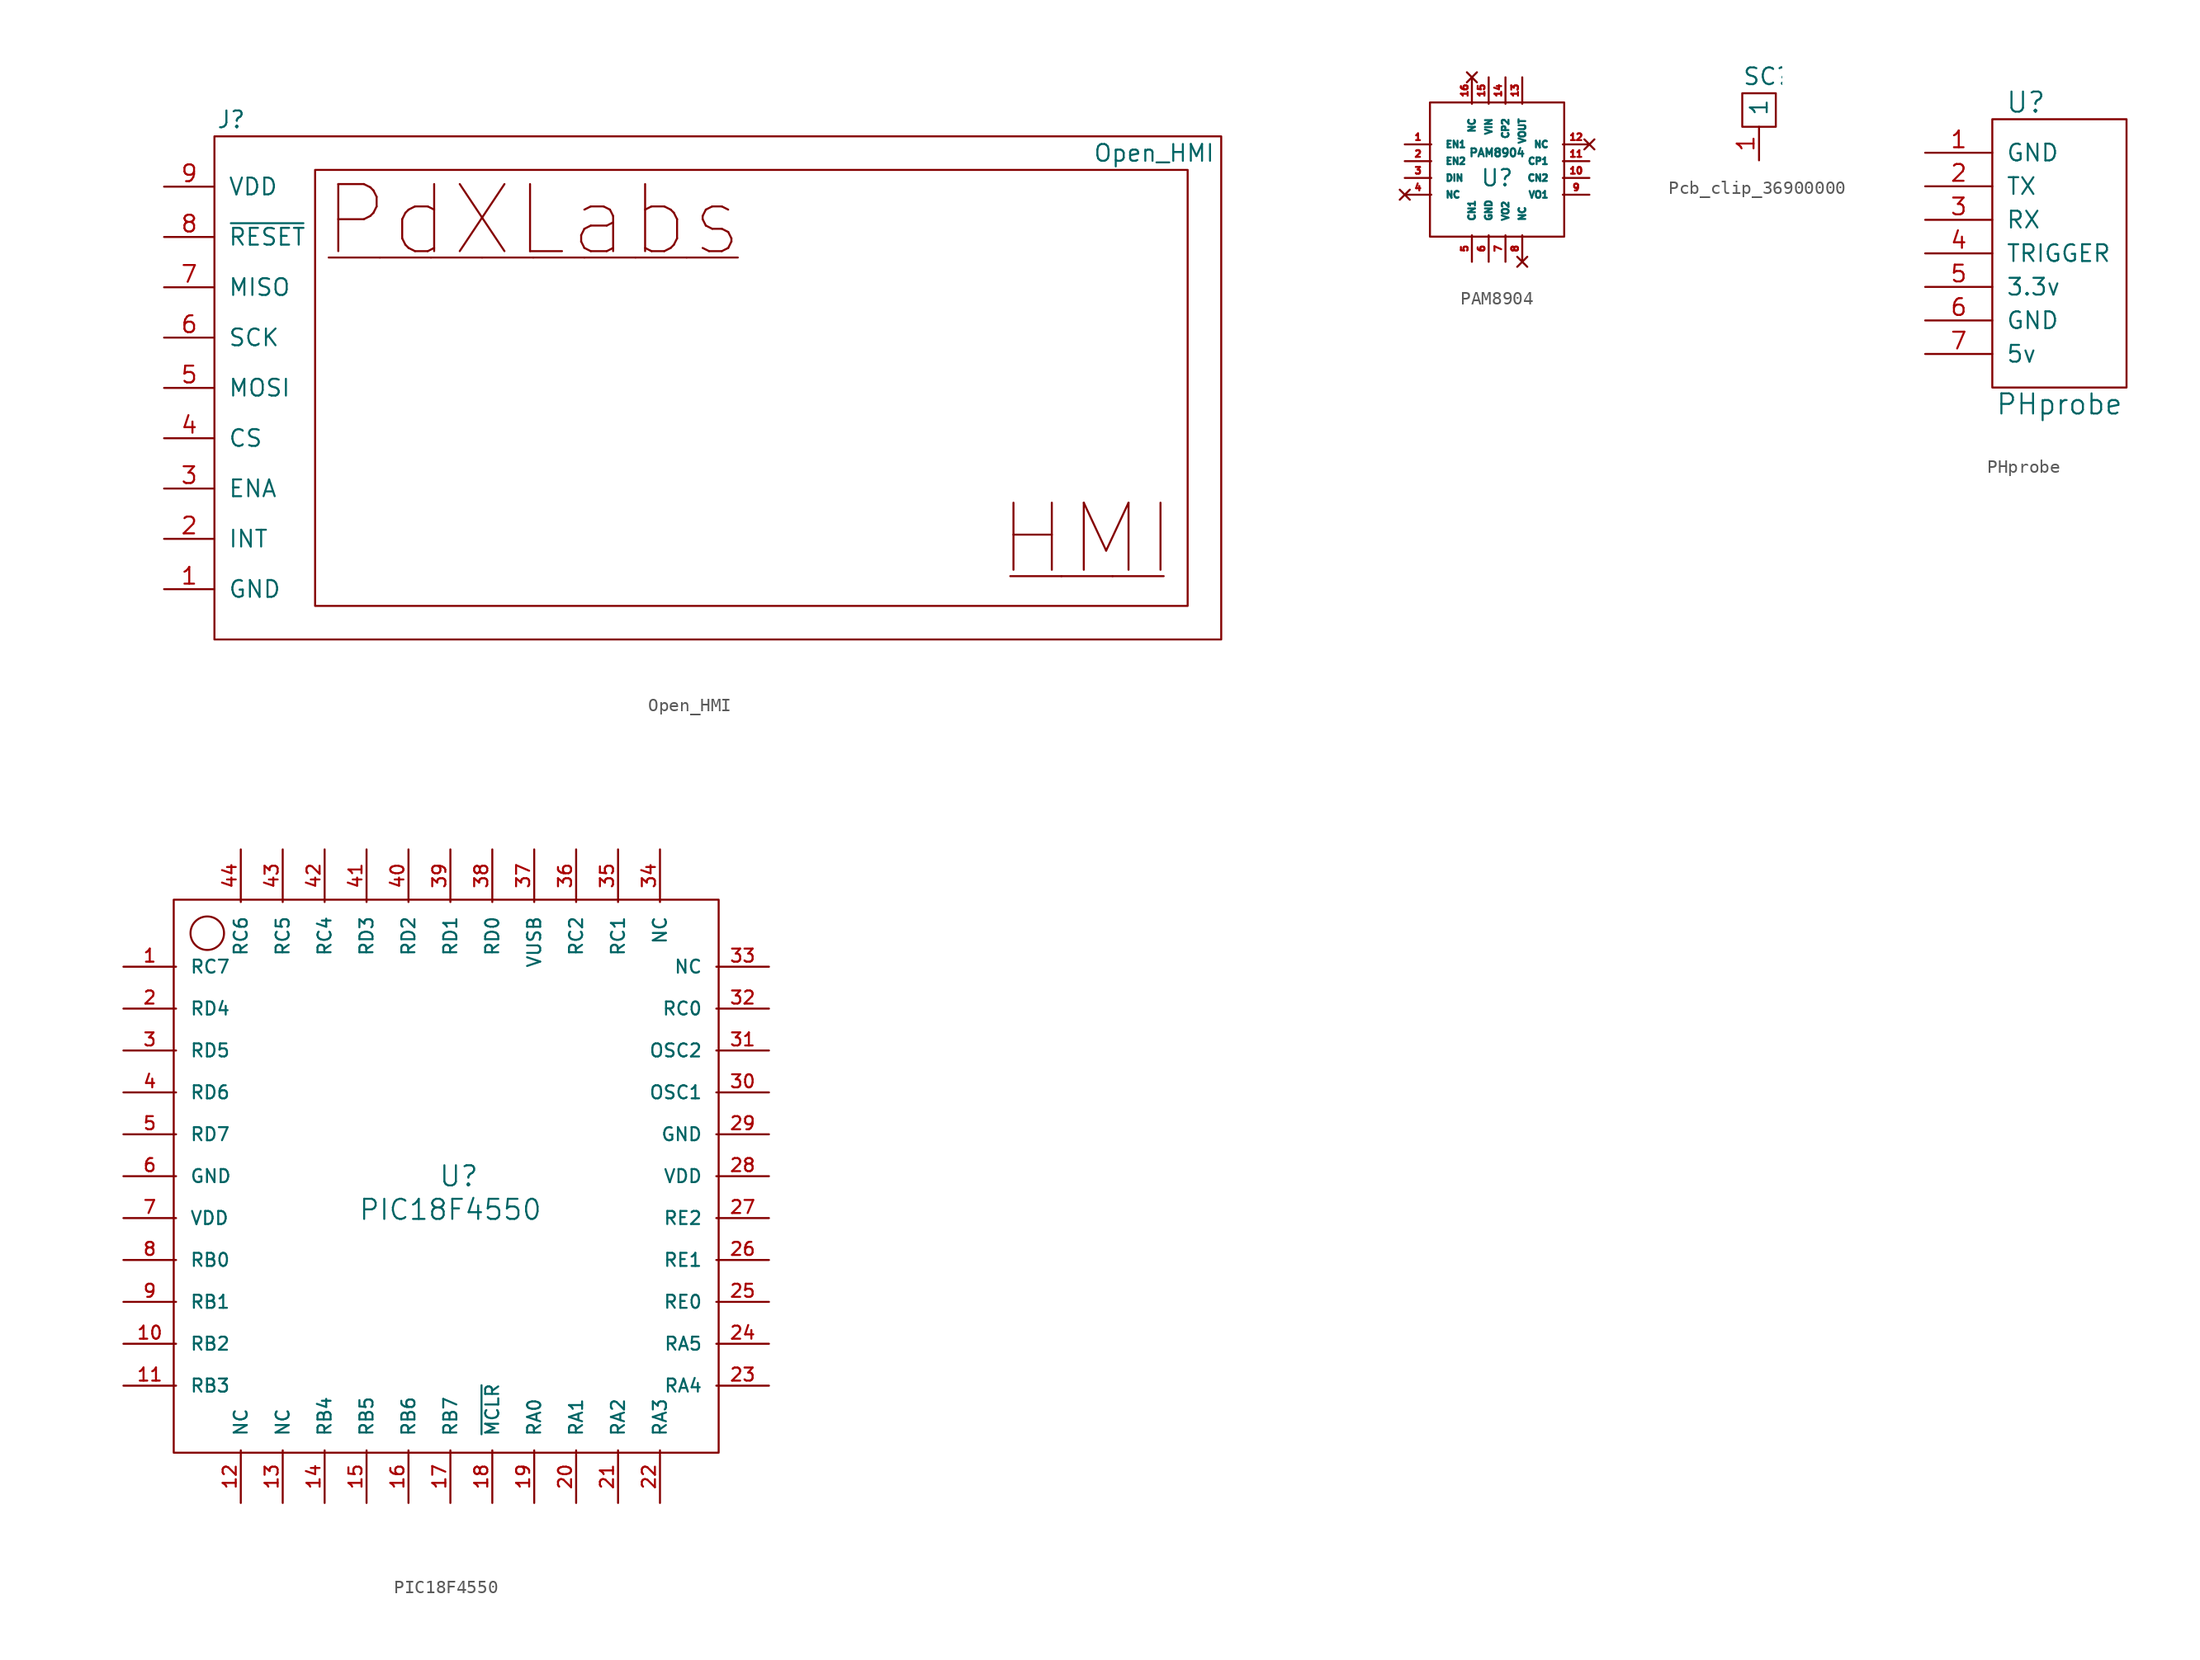
<source format=kicad_sym>
(kicad_symbol_lib
  (version 20211014)
  (generator kicad_symbol_editor)
  (symbol "Open_HMI"
    (pin_names
      (offset 1.016))
    (property "Reference" "J"
      (at 1.27 39.37 0)
      (effects (font (size 1.27 1.27))))
    (property "Value" "Open_HMI"
      (at 71.12 36.83 0)
      (effects (font (size 1.27 1.27))))
    (symbol "Open_HMI_0_0"
      (text "___" (at 66.04 7.62 0) (effects (font (size 5.08 5.08))))
      (text "________" (at 24.13 31.75 0) (effects (font (size 5.08 5.08))))
      (text "HMI" (at 66.04 7.62 0) (effects (font (size 5.08 5.08))))
      (text "PdXLabs" (at 24.13 31.75 0) (effects (font (size 5.08 5.08)))))
    (symbol "Open_HMI_0_1"
      (rectangle (start 0 38.1) (end 76.2 0) (stroke (width 0) (type default) (color 0 0 0 0)) (fill (type none)))
      (rectangle (start 7.62 35.56) (end 73.66 2.54) (stroke (width 0) (type default) (color 0 0 0 0)) (fill (type none))))
    (symbol "Open_HMI_1_1"
      (pin passive line (at -3.81 3.81 0) (length 3.81) (name "GND" (effects (font (size 1.27 1.27)))) (number "1" (effects (font (size 1.27 1.27)))))
      (pin passive line (at -3.81 7.62 0) (length 3.81) (name "INT" (effects (font (size 1.27 1.27)))) (number "2" (effects (font (size 1.27 1.27)))))
      (pin passive line (at -3.81 11.43 0) (length 3.81) (name "ENA" (effects (font (size 1.27 1.27)))) (number "3" (effects (font (size 1.27 1.27)))))
      (pin passive line (at -3.81 15.24 0) (length 3.81) (name "CS" (effects (font (size 1.27 1.27)))) (number "4" (effects (font (size 1.27 1.27)))))
      (pin passive line (at -3.81 19.05 0) (length 3.81) (name "MOSI" (effects (font (size 1.27 1.27)))) (number "5" (effects (font (size 1.27 1.27)))))
      (pin passive line (at -3.81 22.86 0) (length 3.81) (name "SCK" (effects (font (size 1.27 1.27)))) (number "6" (effects (font (size 1.27 1.27)))))
      (pin passive line (at -3.81 26.67 0) (length 3.81) (name "MISO" (effects (font (size 1.27 1.27)))) (number "7" (effects (font (size 1.27 1.27)))))
      (pin passive line (at -3.81 30.48 0) (length 3.81) (name "~{RESET}" (effects (font (size 1.27 1.27)))) (number "8" (effects (font (size 1.27 1.27)))))
      (pin passive line (at -3.81 34.29 0) (length 3.81) (name "VDD" (effects (font (size 1.27 1.27)))) (number "9" (effects (font (size 1.27 1.27)))))))
  (symbol "PAM8904"
    (pin_names
      (offset 1.016))
    (property "Reference" "U"
      (at 0 -0.635 0)
      (effects (font (size 1.245 1.245))))
    (property "Value" "PAM8904"
      (at 0 1.27 0)
      (effects (font (size 0.61 0.61))))
    (symbol "PAM8904_0_1"
      (rectangle (start 5.08 5.08) (end -5.08 -5.08) (stroke (width 0) (type default) (color 0 0 0 0)) (fill (type none))))
    (symbol "PAM8904_1_1"
      (pin input line (at -6.985 1.905 0) (length 2.007) (name "EN1" (effects (font (size 0.508 0.508)))) (number "1" (effects (font (size 0.508 0.508)))))
      (pin input line (at 6.985 -0.635 180) (length 2.007) (name "CN2" (effects (font (size 0.508 0.508)))) (number "10" (effects (font (size 0.508 0.508)))))
      (pin input line (at 6.985 0.635 180) (length 2.007) (name "CP1" (effects (font (size 0.508 0.508)))) (number "11" (effects (font (size 0.508 0.508)))))
      (pin no_connect line (at 6.985 1.905 180) (length 2.007) (name "NC" (effects (font (size 0.508 0.508)))) (number "12" (effects (font (size 0.508 0.508)))))
      (pin output line (at 1.905 6.985 270) (length 2.007) (name "VOUT" (effects (font (size 0.508 0.508)))) (number "13" (effects (font (size 0.508 0.508)))))
      (pin input line (at 0.635 6.985 270) (length 2.007) (name "CP2" (effects (font (size 0.508 0.508)))) (number "14" (effects (font (size 0.508 0.508)))))
      (pin power_in line (at -0.635 6.985 270) (length 2.007) (name "VIN" (effects (font (size 0.508 0.508)))) (number "15" (effects (font (size 0.508 0.508)))))
      (pin no_connect line (at -1.905 6.985 270) (length 2.007) (name "NC" (effects (font (size 0.508 0.508)))) (number "16" (effects (font (size 0.508 0.508)))))
      (pin input line (at -6.985 0.635 0) (length 2.007) (name "EN2" (effects (font (size 0.508 0.508)))) (number "2" (effects (font (size 0.508 0.508)))))
      (pin input line (at -6.985 -0.635 0) (length 2.007) (name "DIN" (effects (font (size 0.508 0.508)))) (number "3" (effects (font (size 0.508 0.508)))))
      (pin no_connect line (at -6.985 -1.905 0) (length 2.007) (name "NC" (effects (font (size 0.508 0.508)))) (number "4" (effects (font (size 0.508 0.508)))))
      (pin input line (at -1.905 -6.985 90) (length 2.007) (name "CN1" (effects (font (size 0.508 0.508)))) (number "5" (effects (font (size 0.508 0.508)))))
      (pin power_in line (at -0.635 -6.985 90) (length 2.007) (name "GND" (effects (font (size 0.508 0.508)))) (number "6" (effects (font (size 0.508 0.508)))))
      (pin output line (at 0.635 -6.985 90) (length 2.007) (name "VO2" (effects (font (size 0.508 0.508)))) (number "7" (effects (font (size 0.508 0.508)))))
      (pin no_connect line (at 1.905 -6.985 90) (length 2.007) (name "NC" (effects (font (size 0.508 0.508)))) (number "8" (effects (font (size 0.508 0.508)))))
      (pin output line (at 6.985 -1.905 180) (length 2.007) (name "VO1" (effects (font (size 0.508 0.508)))) (number "9" (effects (font (size 0.508 0.508)))))))
  (symbol "Pcb_clip_36900000"
    (pin_names
      (offset 0.762))
    (property "Reference" "SC"
      (at -1.27 6.35 0)
      (effects (font (size 1.27 1.27)) (justify left)))
    (symbol "Pcb_clip_36900000_0_0"
      (pin unspecified line (at 0 0 90) (length 2.54) (name "1" (effects (font (size 1.27 1.27)))) (number "1" (effects (font (size 1.27 1.27))))))
    (symbol "Pcb_clip_36900000_0_1"
      (polyline (pts (xy -1.27 5.08) (xy 1.27 5.08) (xy 1.27 2.54) (xy -1.27 2.54) (xy -1.27 5.08)) (stroke (width 0.152) (type default) (color 0 0 0 0)) (fill (type none)))))
  (symbol "PHprobe"
    (pin_names
      (offset 1.016))
    (property "Reference" "U"
      (at -2.54 21.59 0)
      (effects (font (size 1.524 1.524))))
    (property "Value" "PHprobe"
      (at 0 -1.27 0)
      (effects (font (size 1.524 1.524))))
    (property "Footprint" ""
      (at -6.35 5.08 0)
      (effects (font (size 1.524 1.524))))
    (property "Datasheet" ""
      (at -6.35 5.08 0)
      (effects (font (size 1.524 1.524))))
    (symbol "PHprobe_0_1"
      (rectangle (start -5.08 0) (end 5.08 20.32) (stroke (width 0) (type default) (color 0 0 0 0)) (fill (type none))))
    (symbol "PHprobe_1_1"
      (pin input line (at -10.16 17.78 0) (length 5.08) (name "GND" (effects (font (size 1.27 1.27)))) (number "1" (effects (font (size 1.27 1.27)))))
      (pin input line (at -10.16 15.24 0) (length 5.08) (name "TX" (effects (font (size 1.27 1.27)))) (number "2" (effects (font (size 1.27 1.27)))))
      (pin input line (at -10.16 12.7 0) (length 5.08) (name "RX" (effects (font (size 1.27 1.27)))) (number "3" (effects (font (size 1.27 1.27)))))
      (pin input line (at -10.16 10.16 0) (length 5.08) (name "TRIGGER" (effects (font (size 1.27 1.27)))) (number "4" (effects (font (size 1.27 1.27)))))
      (pin input line (at -10.16 7.62 0) (length 5.08) (name "3.3v" (effects (font (size 1.27 1.27)))) (number "5" (effects (font (size 1.27 1.27)))))
      (pin input line (at -10.16 5.08 0) (length 5.08) (name "GND" (effects (font (size 1.27 1.27)))) (number "6" (effects (font (size 1.27 1.27)))))
      (pin input line (at -10.16 2.54 0) (length 5.08) (name "5v" (effects (font (size 1.27 1.27)))) (number "7" (effects (font (size 1.27 1.27)))))))
  (symbol "PIC18F4550"
    (pin_names
      (offset 1.016))
    (property "Reference" "U"
      (at 0.635 0 0)
      (effects (font (size 1.524 1.524))))
    (property "Value" "PIC18F4550"
      (at 0 -2.54 0)
      (effects (font (size 1.524 1.524))))
    (symbol "PIC18F4550_0_1"
      (rectangle (start -20.955 -20.955) (end 20.32 20.955) (stroke (width 0) (type default) (color 0 0 0 0)) (fill (type none)))
      (circle (center -18.415 18.415) (radius 1.27) (stroke (width 0) (type default) (color 0 0 0 0)) (fill (type none))))
    (symbol "PIC18F4550_1_1"
      (pin input line (at -24.765 15.875 0) (length 3.988) (name "RC7" (effects (font (size 0.991 0.991)))) (number "1" (effects (font (size 0.991 0.991)))))
      (pin input line (at -24.765 -12.7 0) (length 3.988) (name "RB2" (effects (font (size 0.991 0.991)))) (number "10" (effects (font (size 0.991 0.991)))))
      (pin input line (at -24.765 -15.875 0) (length 3.988) (name "RB3" (effects (font (size 0.991 0.991)))) (number "11" (effects (font (size 0.991 0.991)))))
      (pin input line (at -15.875 -24.765 90) (length 3.988) (name "NC" (effects (font (size 0.991 0.991)))) (number "12" (effects (font (size 0.991 0.991)))))
      (pin input line (at -12.7 -24.765 90) (length 3.988) (name "NC" (effects (font (size 0.991 0.991)))) (number "13" (effects (font (size 0.991 0.991)))))
      (pin input line (at -9.525 -24.765 90) (length 3.988) (name "RB4" (effects (font (size 0.991 0.991)))) (number "14" (effects (font (size 0.991 0.991)))))
      (pin input line (at -6.35 -24.765 90) (length 3.988) (name "RB5" (effects (font (size 0.991 0.991)))) (number "15" (effects (font (size 0.991 0.991)))))
      (pin input line (at -3.175 -24.765 90) (length 3.988) (name "RB6" (effects (font (size 0.991 0.991)))) (number "16" (effects (font (size 0.991 0.991)))))
      (pin input line (at 0 -24.765 90) (length 3.988) (name "RB7" (effects (font (size 0.991 0.991)))) (number "17" (effects (font (size 0.991 0.991)))))
      (pin input line (at 3.175 -24.765 90) (length 3.988) (name "~{MCLR}" (effects (font (size 0.991 0.991)))) (number "18" (effects (font (size 0.991 0.991)))))
      (pin input line (at 6.35 -24.765 90) (length 3.988) (name "RA0" (effects (font (size 0.991 0.991)))) (number "19" (effects (font (size 0.991 0.991)))))
      (pin input line (at -24.765 12.7 0) (length 3.988) (name "RD4" (effects (font (size 0.991 0.991)))) (number "2" (effects (font (size 0.991 0.991)))))
      (pin input line (at 9.525 -24.765 90) (length 3.988) (name "RA1" (effects (font (size 0.991 0.991)))) (number "20" (effects (font (size 0.991 0.991)))))
      (pin input line (at 12.7 -24.765 90) (length 3.988) (name "RA2" (effects (font (size 0.991 0.991)))) (number "21" (effects (font (size 0.991 0.991)))))
      (pin input line (at 15.875 -24.765 90) (length 3.988) (name "RA3" (effects (font (size 0.991 0.991)))) (number "22" (effects (font (size 0.991 0.991)))))
      (pin input line (at 24.13 -15.875 180) (length 3.988) (name "RA4" (effects (font (size 0.991 0.991)))) (number "23" (effects (font (size 0.991 0.991)))))
      (pin input line (at 24.13 -12.7 180) (length 3.988) (name "RA5" (effects (font (size 0.991 0.991)))) (number "24" (effects (font (size 0.991 0.991)))))
      (pin input line (at 24.13 -9.525 180) (length 3.988) (name "RE0" (effects (font (size 0.991 0.991)))) (number "25" (effects (font (size 0.991 0.991)))))
      (pin input line (at 24.13 -6.35 180) (length 3.988) (name "RE1" (effects (font (size 0.991 0.991)))) (number "26" (effects (font (size 0.991 0.991)))))
      (pin input line (at 24.13 -3.175 180) (length 3.988) (name "RE2" (effects (font (size 0.991 0.991)))) (number "27" (effects (font (size 0.991 0.991)))))
      (pin input line (at 24.13 0 180) (length 3.988) (name "VDD" (effects (font (size 0.991 0.991)))) (number "28" (effects (font (size 0.991 0.991)))))
      (pin input line (at 24.13 3.175 180) (length 3.988) (name "GND" (effects (font (size 0.991 0.991)))) (number "29" (effects (font (size 0.991 0.991)))))
      (pin input line (at -24.765 9.525 0) (length 3.988) (name "RD5" (effects (font (size 0.991 0.991)))) (number "3" (effects (font (size 0.991 0.991)))))
      (pin input line (at 24.13 6.35 180) (length 3.988) (name "OSC1" (effects (font (size 0.991 0.991)))) (number "30" (effects (font (size 0.991 0.991)))))
      (pin input line (at 24.13 9.525 180) (length 3.988) (name "OSC2" (effects (font (size 0.991 0.991)))) (number "31" (effects (font (size 0.991 0.991)))))
      (pin input line (at 24.13 12.7 180) (length 3.988) (name "RC0" (effects (font (size 0.991 0.991)))) (number "32" (effects (font (size 0.991 0.991)))))
      (pin input line (at 24.13 15.875 180) (length 3.988) (name "NC" (effects (font (size 0.991 0.991)))) (number "33" (effects (font (size 0.991 0.991)))))
      (pin input line (at 15.875 24.765 270) (length 3.988) (name "NC" (effects (font (size 0.991 0.991)))) (number "34" (effects (font (size 0.991 0.991)))))
      (pin input line (at 12.7 24.765 270) (length 3.988) (name "RC1" (effects (font (size 0.991 0.991)))) (number "35" (effects (font (size 0.991 0.991)))))
      (pin input line (at 9.525 24.765 270) (length 3.988) (name "RC2" (effects (font (size 0.991 0.991)))) (number "36" (effects (font (size 0.991 0.991)))))
      (pin input line (at 6.35 24.765 270) (length 3.988) (name "VUSB" (effects (font (size 0.991 0.991)))) (number "37" (effects (font (size 0.991 0.991)))))
      (pin input line (at 3.175 24.765 270) (length 3.988) (name "RD0" (effects (font (size 0.991 0.991)))) (number "38" (effects (font (size 0.991 0.991)))))
      (pin input line (at 0 24.765 270) (length 3.988) (name "RD1" (effects (font (size 0.991 0.991)))) (number "39" (effects (font (size 0.991 0.991)))))
      (pin input line (at -24.765 6.35 0) (length 3.988) (name "RD6" (effects (font (size 0.991 0.991)))) (number "4" (effects (font (size 0.991 0.991)))))
      (pin input line (at -3.175 24.765 270) (length 3.988) (name "RD2" (effects (font (size 0.991 0.991)))) (number "40" (effects (font (size 0.991 0.991)))))
      (pin input line (at -6.35 24.765 270) (length 3.988) (name "RD3" (effects (font (size 0.991 0.991)))) (number "41" (effects (font (size 0.991 0.991)))))
      (pin input line (at -9.525 24.765 270) (length 3.988) (name "RC4" (effects (font (size 0.991 0.991)))) (number "42" (effects (font (size 0.991 0.991)))))
      (pin input line (at -12.7 24.765 270) (length 3.988) (name "RC5" (effects (font (size 0.991 0.991)))) (number "43" (effects (font (size 0.991 0.991)))))
      (pin input line (at -15.875 24.765 270) (length 3.988) (name "RC6" (effects (font (size 0.991 0.991)))) (number "44" (effects (font (size 0.991 0.991)))))
      (pin input line (at -24.765 3.175 0) (length 3.988) (name "RD7" (effects (font (size 0.991 0.991)))) (number "5" (effects (font (size 0.991 0.991)))))
      (pin input line (at -24.765 0 0) (length 3.988) (name "GND" (effects (font (size 0.991 0.991)))) (number "6" (effects (font (size 0.991 0.991)))))
      (pin input line (at -24.765 -3.175 0) (length 3.988) (name "VDD" (effects (font (size 0.991 0.991)))) (number "7" (effects (font (size 0.991 0.991)))))
      (pin input line (at -24.765 -6.35 0) (length 3.988) (name "RB0" (effects (font (size 0.991 0.991)))) (number "8" (effects (font (size 0.991 0.991)))))
      (pin input line (at -24.765 -9.525 0) (length 3.988) (name "RB1" (effects (font (size 0.991 0.991)))) (number "9" (effects (font (size 0.991 0.991))))))))
</source>
